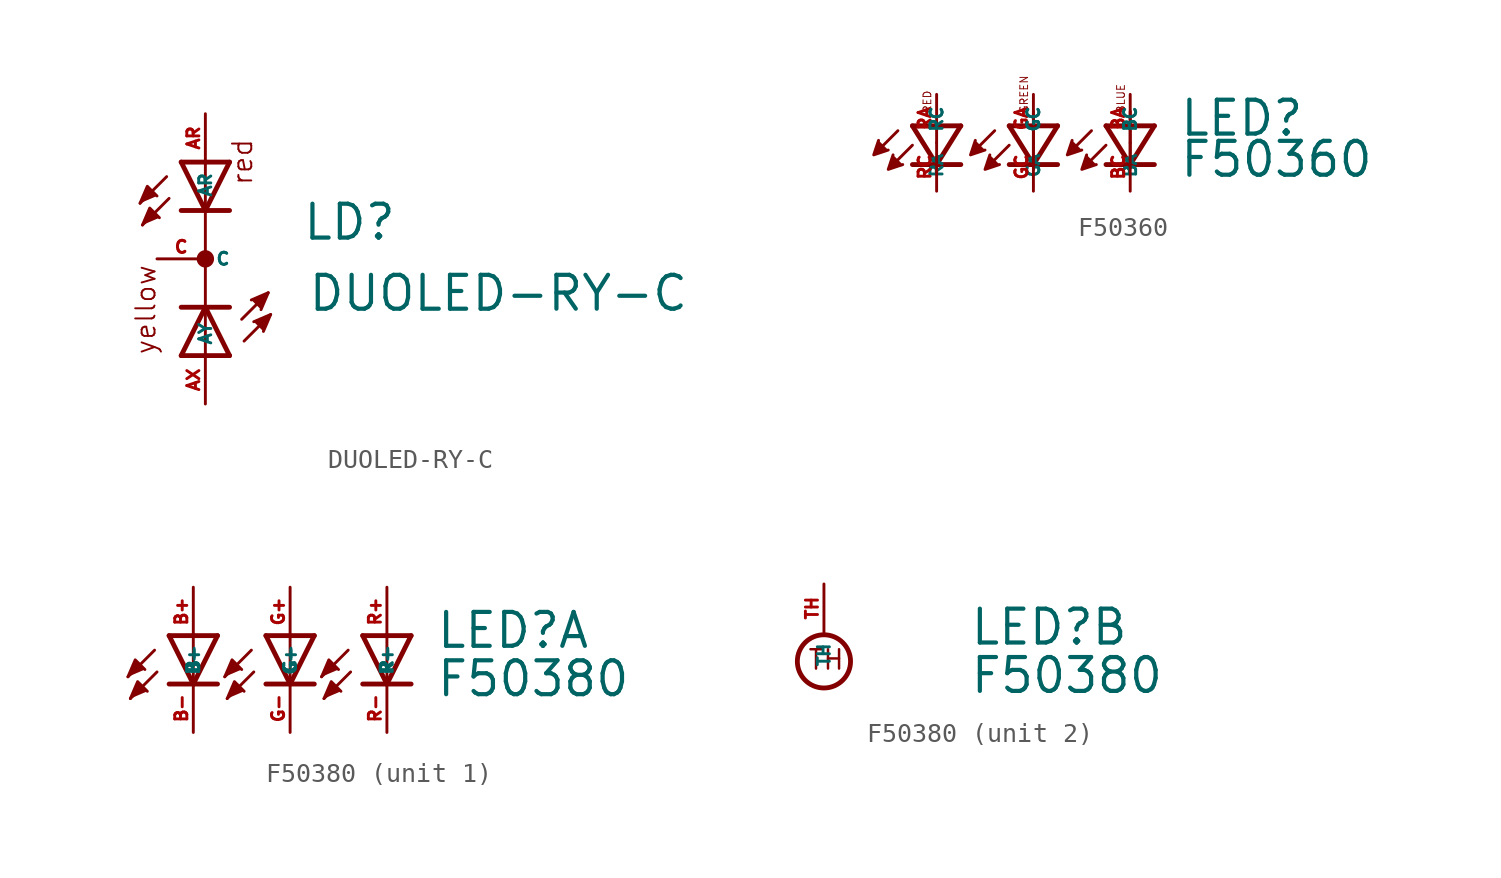
<source format=kicad_sym>
(kicad_symbol_lib
  (version 20220914)
  (generator kicad_symbol_editor)
  (symbol "DUOLED-RY-C"
    (property "Reference" "LD"
      (at 5.055 0.889 0)
      (effects (font (size 1.778 1.778) (thickness 0.22)) (justify left bottom)))
    (property "Value" "DUOLED-RY-C"
      (at 5.334 -2.845 0)
      (effects (font (size 1.778 1.778) (thickness 0.22)) (justify left bottom)))
    (symbol "DUOLED-RY-C_1_1"
      (polyline (pts (xy -2.032 4.318) (xy -3.429 2.921)) (stroke (width 0.152) (type default)) (fill (type none)))
      (polyline (pts (xy -1.905 3.175) (xy -3.302 1.778)) (stroke (width 0.152) (type default)) (fill (type none)))
      (polyline (pts (xy -1.27 -5.08) (xy 0 -5.08)) (stroke (width 0.254) (type default)) (fill (type none)))
      (polyline (pts (xy -1.27 -5.08) (xy 0 -2.54)) (stroke (width 0.254) (type default)) (fill (type none)))
      (polyline (pts (xy -1.27 -2.54) (xy 0 -2.54)) (stroke (width 0.254) (type default)) (fill (type none)))
      (polyline (pts (xy 0 -5.08) (xy 0 -2.54)) (stroke (width 0.152) (type default)) (fill (type none)))
      (polyline (pts (xy 0 -5.08) (xy 1.27 -5.08)) (stroke (width 0.254) (type default)) (fill (type none)))
      (polyline (pts (xy 0 -2.54) (xy 1.27 -5.08)) (stroke (width 0.254) (type default)) (fill (type none)))
      (polyline (pts (xy 0 -2.54) (xy 1.27 -2.54)) (stroke (width 0.254) (type default)) (fill (type none)))
      (polyline (pts (xy 0 2.54) (xy -1.27 2.54)) (stroke (width 0.254) (type default)) (fill (type none)))
      (polyline (pts (xy 0 2.54) (xy -1.27 5.08)) (stroke (width 0.254) (type default)) (fill (type none)))
      (polyline (pts (xy 0 2.54) (xy 0 -2.54)) (stroke (width 0.152) (type default)) (fill (type none)))
      (polyline (pts (xy 0 5.08) (xy -1.27 5.08)) (stroke (width 0.254) (type default)) (fill (type none)))
      (polyline (pts (xy 0 5.08) (xy 0 2.54)) (stroke (width 0.152) (type default)) (fill (type none)))
      (polyline (pts (xy 1.27 2.54) (xy 0 2.54)) (stroke (width 0.254) (type default)) (fill (type none)))
      (polyline (pts (xy 1.27 5.08) (xy 0 2.54)) (stroke (width 0.254) (type default)) (fill (type none)))
      (polyline (pts (xy 1.27 5.08) (xy 0 5.08)) (stroke (width 0.254) (type default)) (fill (type none)))
      (polyline (pts (xy 1.905 -3.175) (xy 3.302 -1.778)) (stroke (width 0.152) (type default)) (fill (type none)))
      (polyline (pts (xy 2.032 -4.318) (xy 3.429 -2.921)) (stroke (width 0.152) (type default)) (fill (type none)))
      (polyline (pts (xy -3.429 2.921) (xy -3.048 3.81) (xy -2.54 3.302)) (stroke (width 0.152) (type default)) (fill (type outline)))
      (polyline (pts (xy -3.302 1.778) (xy -2.921 2.667) (xy -2.413 2.159)) (stroke (width 0.152) (type default)) (fill (type outline)))
      (polyline (pts (xy 2.413 -2.159) (xy 3.302 -1.778) (xy 2.921 -2.667)) (stroke (width 0.152) (type default)) (fill (type outline)))
      (polyline (pts (xy 2.54 -3.302) (xy 3.429 -2.921) (xy 3.048 -3.81)) (stroke (width 0.152) (type default)) (fill (type outline)))
      (circle (center 0 0) (radius 0.254) (stroke (width 0.406) (type default)) (fill (type none)))
      (text "red" (at 2.54 3.81 900) (effects (font (size 1.016 1.016) (thickness 0.1)) (justify left bottom)))
      (text "yellow" (at -2.54 -5.08 900) (effects (font (size 1.016 1.016) (thickness 0.1)) (justify left bottom)))
      (pin passive line (at 0 7.62 270) (length 2.54) (name "AR" (effects (font (size 0.635 0.635)))) (number "AR" (effects (font (size 0.635 0.635)))))
      (pin passive line (at 0 -7.62 90) (length 2.54) (name "AY" (effects (font (size 0.635 0.635)))) (number "AX" (effects (font (size 0.635 0.635)))))
      (pin passive line (at -2.54 0 0) (length 2.54) (name "C" (effects (font (size 0.635 0.635)))) (number "C" (effects (font (size 0.635 0.635)))))))
  (symbol "F50360"
    (property "Reference" "LED"
      (at 7.62 0.254 0)
      (effects (font (size 1.778 1.778) (thickness 0.22)) (justify left bottom)))
    (property "Value" "F50360"
      (at 7.62 -1.905 0)
      (effects (font (size 1.778 1.778) (thickness 0.22)) (justify left bottom)))
    (symbol "F50360_1_1"
      (polyline (pts (xy -7.112 0.635) (xy -8.001 -0.254)) (stroke (width 0.152) (type default)) (fill (type none)))
      (polyline (pts (xy -6.35 -0.127) (xy -7.239 -1.016)) (stroke (width 0.152) (type default)) (fill (type none)))
      (polyline (pts (xy -5.08 -1.143) (xy -6.35 -1.143)) (stroke (width 0.254) (type default)) (fill (type none)))
      (polyline (pts (xy -5.08 -1.143) (xy -6.35 0.889)) (stroke (width 0.254) (type default)) (fill (type none)))
      (polyline (pts (xy -3.81 -1.143) (xy -5.08 -1.143)) (stroke (width 0.254) (type default)) (fill (type none)))
      (polyline (pts (xy -3.81 0.889) (xy -6.35 0.889)) (stroke (width 0.254) (type default)) (fill (type none)))
      (polyline (pts (xy -3.81 0.889) (xy -5.08 -1.143)) (stroke (width 0.254) (type default)) (fill (type none)))
      (polyline (pts (xy -2.032 0.635) (xy -2.921 -0.254)) (stroke (width 0.152) (type default)) (fill (type none)))
      (polyline (pts (xy -1.27 -0.127) (xy -2.159 -1.016)) (stroke (width 0.152) (type default)) (fill (type none)))
      (polyline (pts (xy 0 -1.143) (xy -1.27 -1.143)) (stroke (width 0.254) (type default)) (fill (type none)))
      (polyline (pts (xy 0 -1.143) (xy -1.27 0.889)) (stroke (width 0.254) (type default)) (fill (type none)))
      (polyline (pts (xy 0 1.651) (xy 0 -0.889)) (stroke (width 0.152) (type default)) (fill (type none)))
      (polyline (pts (xy 1.27 -1.143) (xy 0 -1.143)) (stroke (width 0.254) (type default)) (fill (type none)))
      (polyline (pts (xy 1.27 0.889) (xy -1.27 0.889)) (stroke (width 0.254) (type default)) (fill (type none)))
      (polyline (pts (xy 1.27 0.889) (xy 0 -1.143)) (stroke (width 0.254) (type default)) (fill (type none)))
      (polyline (pts (xy 3.048 0.635) (xy 2.159 -0.254)) (stroke (width 0.152) (type default)) (fill (type none)))
      (polyline (pts (xy 3.81 -0.127) (xy 2.921 -1.016)) (stroke (width 0.152) (type default)) (fill (type none)))
      (polyline (pts (xy 5.08 -1.143) (xy 3.81 -1.143)) (stroke (width 0.254) (type default)) (fill (type none)))
      (polyline (pts (xy 5.08 -1.143) (xy 3.81 0.889)) (stroke (width 0.254) (type default)) (fill (type none)))
      (polyline (pts (xy 5.08 1.651) (xy 5.08 -0.889)) (stroke (width 0.152) (type default)) (fill (type none)))
      (polyline (pts (xy 6.35 -1.143) (xy 5.08 -1.143)) (stroke (width 0.254) (type default)) (fill (type none)))
      (polyline (pts (xy 6.35 0.889) (xy 3.81 0.889)) (stroke (width 0.254) (type default)) (fill (type none)))
      (polyline (pts (xy 6.35 0.889) (xy 5.08 -1.143)) (stroke (width 0.254) (type default)) (fill (type none)))
      (polyline (pts (xy -8.128 0.127) (xy -8.382 -0.635) (xy -7.62 -0.381)) (stroke (width 0.152) (type default)) (fill (type outline)))
      (polyline (pts (xy -7.366 -0.635) (xy -7.62 -1.397) (xy -6.858 -1.143)) (stroke (width 0.152) (type default)) (fill (type outline)))
      (polyline (pts (xy -3.048 0.127) (xy -3.302 -0.635) (xy -2.54 -0.381)) (stroke (width 0.152) (type default)) (fill (type outline)))
      (polyline (pts (xy -2.286 -0.635) (xy -2.54 -1.397) (xy -1.778 -1.143)) (stroke (width 0.152) (type default)) (fill (type outline)))
      (polyline (pts (xy 2.032 0.127) (xy 1.778 -0.635) (xy 2.54 -0.381)) (stroke (width 0.152) (type default)) (fill (type outline)))
      (polyline (pts (xy 2.794 -0.635) (xy 2.54 -1.397) (xy 3.302 -1.143)) (stroke (width 0.152) (type default)) (fill (type outline)))
      (text "BLUE" (at 4.826 1.524 1800) (effects (font (size 0.406 0.406) (thickness 0.05)) (justify left bottom)))
      (text "GREEN" (at -0.254 1.524 1800) (effects (font (size 0.406 0.406) (thickness 0.05)) (justify left bottom)))
      (text "RED" (at -5.334 1.524 1800) (effects (font (size 0.406 0.406) (thickness 0.05)) (justify left bottom)))
      (pin passive line (at 5.08 2.54 270) (length 2.54) (name "BA" (effects (font (size 0.635 0.635)))) (number "BA" (effects (font (size 0.635 0.635)))))
      (pin passive line (at 5.08 -2.54 90) (length 2.54) (name "BC" (effects (font (size 0.635 0.635)))) (number "BC" (effects (font (size 0.635 0.635)))))
      (pin passive line (at 0 2.54 270) (length 2.54) (name "GA" (effects (font (size 0.635 0.635)))) (number "GA" (effects (font (size 0.635 0.635)))))
      (pin passive line (at 0 -2.54 90) (length 2.54) (name "GC" (effects (font (size 0.635 0.635)))) (number "GC" (effects (font (size 0.635 0.635)))))
      (pin passive line (at -5.08 2.54 270) (length 2.54) (name "RA" (effects (font (size 0.635 0.635)))) (number "RA" (effects (font (size 0.635 0.635)))))
      (pin passive line (at -5.08 -2.54 90) (length 2.54) (name "RC" (effects (font (size 0.635 0.635)))) (number "RC" (effects (font (size 0.635 0.635)))))))
  (symbol "F50380"
    (property "Reference" "LED"
      (at 7.62 -0.762 0)
      (effects (font (size 1.778 1.778) (thickness 0.22)) (justify left bottom)))
    (property "Value" "F50380"
      (at 7.62 -3.302 0)
      (effects (font (size 1.778 1.778) (thickness 0.22)) (justify left bottom)))
    (symbol "F50380_1_0"
      (polyline (pts (xy -7.112 -0.762) (xy -8.509 -2.159)) (stroke (width 0.152) (type default)) (fill (type none)))
      (polyline (pts (xy -6.985 -1.905) (xy -8.382 -3.302)) (stroke (width 0.152) (type default)) (fill (type none)))
      (polyline (pts (xy -5.08 -2.54) (xy -6.35 -2.54)) (stroke (width 0.254) (type default)) (fill (type none)))
      (polyline (pts (xy -5.08 -2.54) (xy -6.35 0)) (stroke (width 0.254) (type default)) (fill (type none)))
      (polyline (pts (xy -5.08 0) (xy -6.35 0)) (stroke (width 0.254) (type default)) (fill (type none)))
      (polyline (pts (xy -5.08 0) (xy -5.08 -2.54)) (stroke (width 0.152) (type default)) (fill (type none)))
      (polyline (pts (xy -3.81 -2.54) (xy -5.08 -2.54)) (stroke (width 0.254) (type default)) (fill (type none)))
      (polyline (pts (xy -3.81 0) (xy -5.08 -2.54)) (stroke (width 0.254) (type default)) (fill (type none)))
      (polyline (pts (xy -3.81 0) (xy -5.08 0)) (stroke (width 0.254) (type default)) (fill (type none)))
      (polyline (pts (xy -2.032 -0.762) (xy -3.429 -2.159)) (stroke (width 0.152) (type default)) (fill (type none)))
      (polyline (pts (xy -1.905 -1.905) (xy -3.302 -3.302)) (stroke (width 0.152) (type default)) (fill (type none)))
      (polyline (pts (xy 0 -2.54) (xy -1.27 -2.54)) (stroke (width 0.254) (type default)) (fill (type none)))
      (polyline (pts (xy 0 -2.54) (xy -1.27 0)) (stroke (width 0.254) (type default)) (fill (type none)))
      (polyline (pts (xy 0 0) (xy -1.27 0)) (stroke (width 0.254) (type default)) (fill (type none)))
      (polyline (pts (xy 0 0) (xy 0 -2.54)) (stroke (width 0.152) (type default)) (fill (type none)))
      (polyline (pts (xy 1.27 -2.54) (xy 0 -2.54)) (stroke (width 0.254) (type default)) (fill (type none)))
      (polyline (pts (xy 1.27 0) (xy 0 -2.54)) (stroke (width 0.254) (type default)) (fill (type none)))
      (polyline (pts (xy 1.27 0) (xy 0 0)) (stroke (width 0.254) (type default)) (fill (type none)))
      (polyline (pts (xy 3.048 -0.762) (xy 1.651 -2.159)) (stroke (width 0.152) (type default)) (fill (type none)))
      (polyline (pts (xy 3.175 -1.905) (xy 1.778 -3.302)) (stroke (width 0.152) (type default)) (fill (type none)))
      (polyline (pts (xy 5.08 -2.54) (xy 3.81 -2.54)) (stroke (width 0.254) (type default)) (fill (type none)))
      (polyline (pts (xy 5.08 -2.54) (xy 3.81 0)) (stroke (width 0.254) (type default)) (fill (type none)))
      (polyline (pts (xy 5.08 0) (xy 3.81 0)) (stroke (width 0.254) (type default)) (fill (type none)))
      (polyline (pts (xy 5.08 0) (xy 5.08 -2.54)) (stroke (width 0.152) (type default)) (fill (type none)))
      (polyline (pts (xy 6.35 -2.54) (xy 5.08 -2.54)) (stroke (width 0.254) (type default)) (fill (type none)))
      (polyline (pts (xy 6.35 0) (xy 5.08 -2.54)) (stroke (width 0.254) (type default)) (fill (type none)))
      (polyline (pts (xy 6.35 0) (xy 5.08 0)) (stroke (width 0.254) (type default)) (fill (type none)))
      (polyline (pts (xy -8.509 -2.159) (xy -8.128 -1.27) (xy -7.62 -1.778)) (stroke (width 0.152) (type default)) (fill (type outline)))
      (polyline (pts (xy -8.382 -3.302) (xy -8.001 -2.413) (xy -7.493 -2.921)) (stroke (width 0.152) (type default)) (fill (type outline)))
      (polyline (pts (xy -3.429 -2.159) (xy -3.048 -1.27) (xy -2.54 -1.778)) (stroke (width 0.152) (type default)) (fill (type outline)))
      (polyline (pts (xy -3.302 -3.302) (xy -2.921 -2.413) (xy -2.413 -2.921)) (stroke (width 0.152) (type default)) (fill (type outline)))
      (polyline (pts (xy 1.651 -2.159) (xy 2.032 -1.27) (xy 2.54 -1.778)) (stroke (width 0.152) (type default)) (fill (type outline)))
      (polyline (pts (xy 1.778 -3.302) (xy 2.159 -2.413) (xy 2.667 -2.921)) (stroke (width 0.152) (type default)) (fill (type outline)))
      (pin passive line (at -5.08 2.54 270) (length 2.54) (name "B+" (effects (font (size 0.635 0.635)))) (number "B+" (effects (font (size 0.635 0.635)))))
      (pin passive line (at -5.08 -5.08 90) (length 2.54) (name "B-" (effects (font (size 0.635 0.635)))) (number "B-" (effects (font (size 0.635 0.635)))))
      (pin passive line (at 0 2.54 270) (length 2.54) (name "G+" (effects (font (size 0.635 0.635)))) (number "G+" (effects (font (size 0.635 0.635)))))
      (pin passive line (at 0 -5.08 90) (length 2.54) (name "G-" (effects (font (size 0.635 0.635)))) (number "G-" (effects (font (size 0.635 0.635)))))
      (pin passive line (at 5.08 2.54 270) (length 2.54) (name "R+" (effects (font (size 0.635 0.635)))) (number "R+" (effects (font (size 0.635 0.635)))))
      (pin passive line (at 5.08 -5.08 90) (length 2.54) (name "R-" (effects (font (size 0.635 0.635)))) (number "R-" (effects (font (size 0.635 0.635))))))
    (symbol "F50380_2_0"
      (circle (center 0 -1.524) (radius 1.397) (stroke (width 0.254) (type default)) (fill (type none)))
      (text "TH" (at -0.889 -2.032 0) (effects (font (size 1.016 1.016) (thickness 0.13)) (justify left bottom)))
      (pin passive line (at 0 2.54 270) (length 2.54) (name "TH" (effects (font (size 0.635 0.635)))) (number "TH" (effects (font (size 0.635 0.635))))))))
</source>
